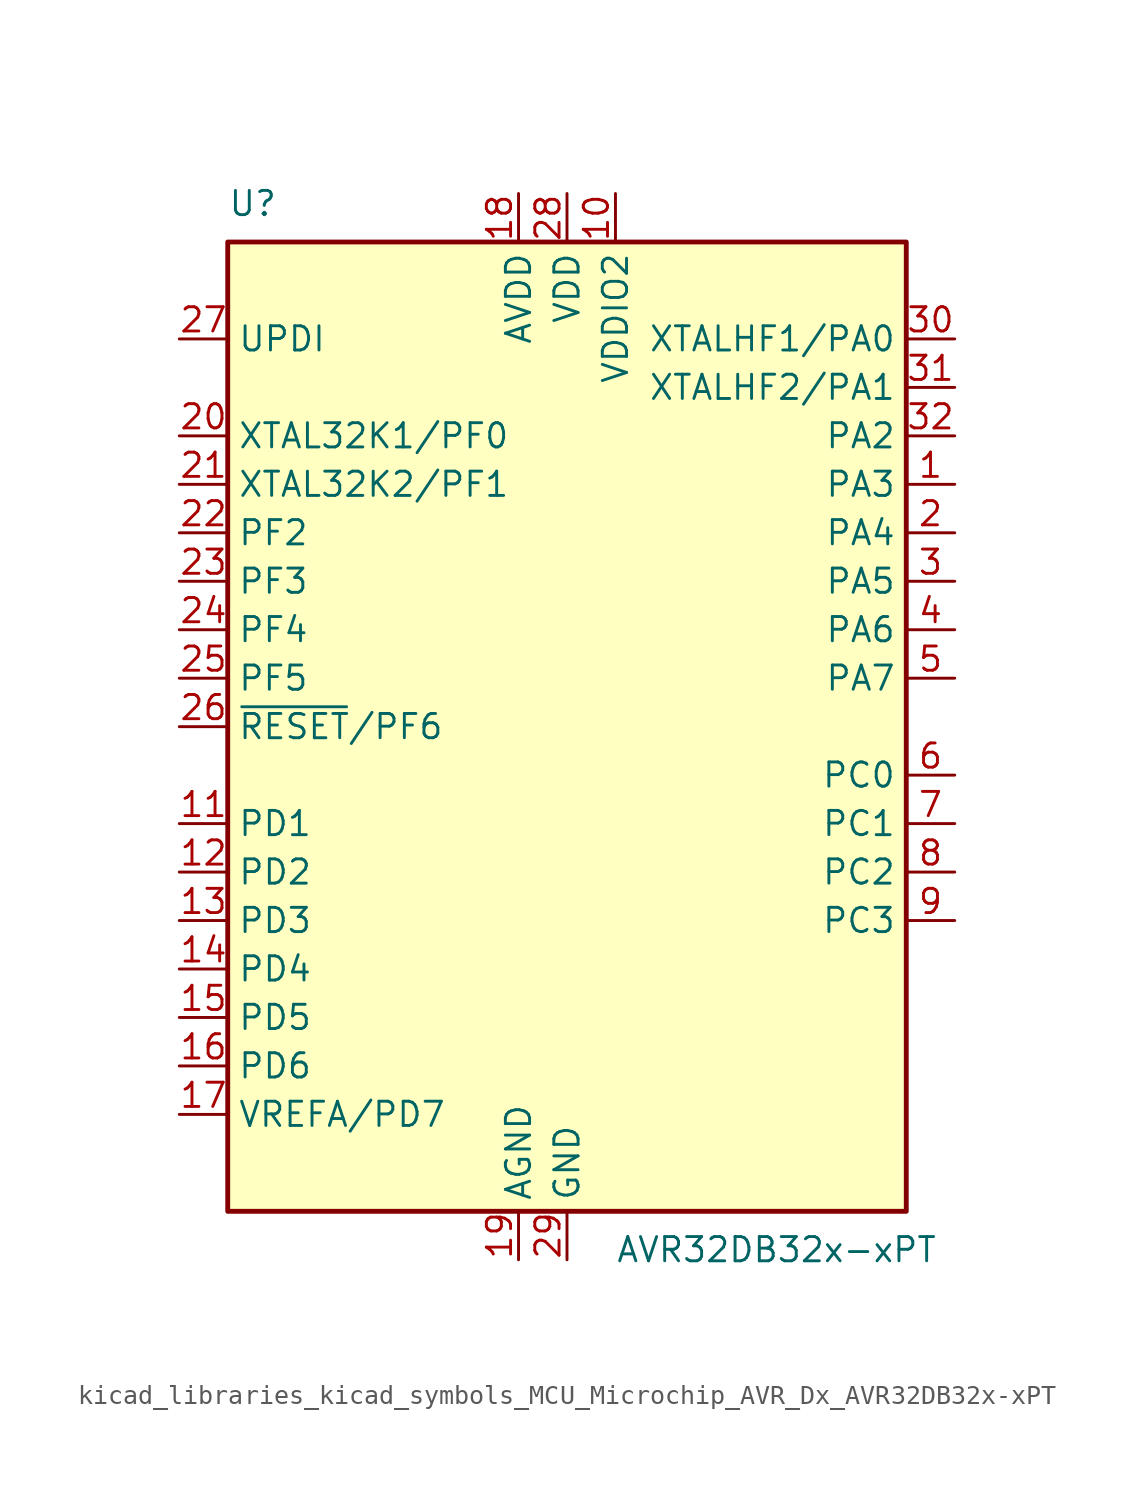
<source format=kicad_sym>
(kicad_symbol_lib
  (version 20220914)
  (generator kicad_symbol_editor)
  (symbol "kicad_libraries_kicad_symbols_MCU_Microchip_AVR_Dx_AVR32DB32x-xPT"
    (property "Reference" "U"
      (at -17.78 26.67 0)
      (effects (font (size 1.27 1.27)) (justify left bottom)))
    (property "Value" "AVR32DB32x-xPT"
      (at 2.54 -26.67 0)
      (effects (font (size 1.27 1.27)) (justify left top)))
    (symbol "kicad_libraries_kicad_symbols_MCU_Microchip_AVR_Dx_AVR32DB32x-xPT_0_1"
      (rectangle (start -17.78 25.4) (end 17.78 -25.4) (stroke (width 0.254) (type default)) (fill (type background))))
    (symbol "kicad_libraries_kicad_symbols_MCU_Microchip_AVR_Dx_AVR32DB32x-xPT_1_1"
      (pin bidirectional line (at 20.32 12.7 180) (length 2.54) (name "PA3" (effects (font (size 1.27 1.27)))) (number "1" (effects (font (size 1.27 1.27)))))
      (pin power_in line (at 2.54 27.94 270) (length 2.54) (name "VDDIO2" (effects (font (size 1.27 1.27)))) (number "10" (effects (font (size 1.27 1.27)))))
      (pin bidirectional line (at -20.32 -5.08 0) (length 2.54) (name "PD1" (effects (font (size 1.27 1.27)))) (number "11" (effects (font (size 1.27 1.27)))))
      (pin bidirectional line (at -20.32 -7.62 0) (length 2.54) (name "PD2" (effects (font (size 1.27 1.27)))) (number "12" (effects (font (size 1.27 1.27)))))
      (pin bidirectional line (at -20.32 -10.16 0) (length 2.54) (name "PD3" (effects (font (size 1.27 1.27)))) (number "13" (effects (font (size 1.27 1.27)))))
      (pin bidirectional line (at -20.32 -12.7 0) (length 2.54) (name "PD4" (effects (font (size 1.27 1.27)))) (number "14" (effects (font (size 1.27 1.27)))))
      (pin bidirectional line (at -20.32 -15.24 0) (length 2.54) (name "PD5" (effects (font (size 1.27 1.27)))) (number "15" (effects (font (size 1.27 1.27)))))
      (pin bidirectional line (at -20.32 -17.78 0) (length 2.54) (name "PD6" (effects (font (size 1.27 1.27)))) (number "16" (effects (font (size 1.27 1.27)))))
      (pin bidirectional line (at -20.32 -20.32 0) (length 2.54) (name "VREFA/PD7" (effects (font (size 1.27 1.27)))) (number "17" (effects (font (size 1.27 1.27)))))
      (pin power_in line (at -2.54 27.94 270) (length 2.54) (name "AVDD" (effects (font (size 1.27 1.27)))) (number "18" (effects (font (size 1.27 1.27)))))
      (pin power_in line (at -2.54 -27.94 90) (length 2.54) (name "AGND" (effects (font (size 1.27 1.27)))) (number "19" (effects (font (size 1.27 1.27)))))
      (pin bidirectional line (at 20.32 10.16 180) (length 2.54) (name "PA4" (effects (font (size 1.27 1.27)))) (number "2" (effects (font (size 1.27 1.27)))))
      (pin bidirectional line (at -20.32 15.24 0) (length 2.54) (name "XTAL32K1/PF0" (effects (font (size 1.27 1.27)))) (number "20" (effects (font (size 1.27 1.27)))))
      (pin bidirectional line (at -20.32 12.7 0) (length 2.54) (name "XTAL32K2/PF1" (effects (font (size 1.27 1.27)))) (number "21" (effects (font (size 1.27 1.27)))))
      (pin bidirectional line (at -20.32 10.16 0) (length 2.54) (name "PF2" (effects (font (size 1.27 1.27)))) (number "22" (effects (font (size 1.27 1.27)))))
      (pin bidirectional line (at -20.32 7.62 0) (length 2.54) (name "PF3" (effects (font (size 1.27 1.27)))) (number "23" (effects (font (size 1.27 1.27)))))
      (pin bidirectional line (at -20.32 5.08 0) (length 2.54) (name "PF4" (effects (font (size 1.27 1.27)))) (number "24" (effects (font (size 1.27 1.27)))))
      (pin bidirectional line (at -20.32 2.54 0) (length 2.54) (name "PF5" (effects (font (size 1.27 1.27)))) (number "25" (effects (font (size 1.27 1.27)))))
      (pin bidirectional line (at -20.32 0 0) (length 2.54) (name "~{RESET}/PF6" (effects (font (size 1.27 1.27)))) (number "26" (effects (font (size 1.27 1.27)))))
      (pin input line (at -20.32 20.32 0) (length 2.54) (name "UPDI" (effects (font (size 1.27 1.27)))) (number "27" (effects (font (size 1.27 1.27)))))
      (pin power_in line (at 0 27.94 270) (length 2.54) (name "VDD" (effects (font (size 1.27 1.27)))) (number "28" (effects (font (size 1.27 1.27)))))
      (pin power_in line (at 0 -27.94 90) (length 2.54) (name "GND" (effects (font (size 1.27 1.27)))) (number "29" (effects (font (size 1.27 1.27)))))
      (pin bidirectional line (at 20.32 7.62 180) (length 2.54) (name "PA5" (effects (font (size 1.27 1.27)))) (number "3" (effects (font (size 1.27 1.27)))))
      (pin bidirectional line (at 20.32 20.32 180) (length 2.54) (name "XTALHF1/PA0" (effects (font (size 1.27 1.27)))) (number "30" (effects (font (size 1.27 1.27)))))
      (pin bidirectional line (at 20.32 17.78 180) (length 2.54) (name "XTALHF2/PA1" (effects (font (size 1.27 1.27)))) (number "31" (effects (font (size 1.27 1.27)))))
      (pin bidirectional line (at 20.32 15.24 180) (length 2.54) (name "PA2" (effects (font (size 1.27 1.27)))) (number "32" (effects (font (size 1.27 1.27)))))
      (pin bidirectional line (at 20.32 5.08 180) (length 2.54) (name "PA6" (effects (font (size 1.27 1.27)))) (number "4" (effects (font (size 1.27 1.27)))))
      (pin bidirectional line (at 20.32 2.54 180) (length 2.54) (name "PA7" (effects (font (size 1.27 1.27)))) (number "5" (effects (font (size 1.27 1.27)))))
      (pin bidirectional line (at 20.32 -2.54 180) (length 2.54) (name "PC0" (effects (font (size 1.27 1.27)))) (number "6" (effects (font (size 1.27 1.27)))))
      (pin bidirectional line (at 20.32 -5.08 180) (length 2.54) (name "PC1" (effects (font (size 1.27 1.27)))) (number "7" (effects (font (size 1.27 1.27)))))
      (pin bidirectional line (at 20.32 -7.62 180) (length 2.54) (name "PC2" (effects (font (size 1.27 1.27)))) (number "8" (effects (font (size 1.27 1.27)))))
      (pin bidirectional line (at 20.32 -10.16 180) (length 2.54) (name "PC3" (effects (font (size 1.27 1.27)))) (number "9" (effects (font (size 1.27 1.27))))))))
</source>
